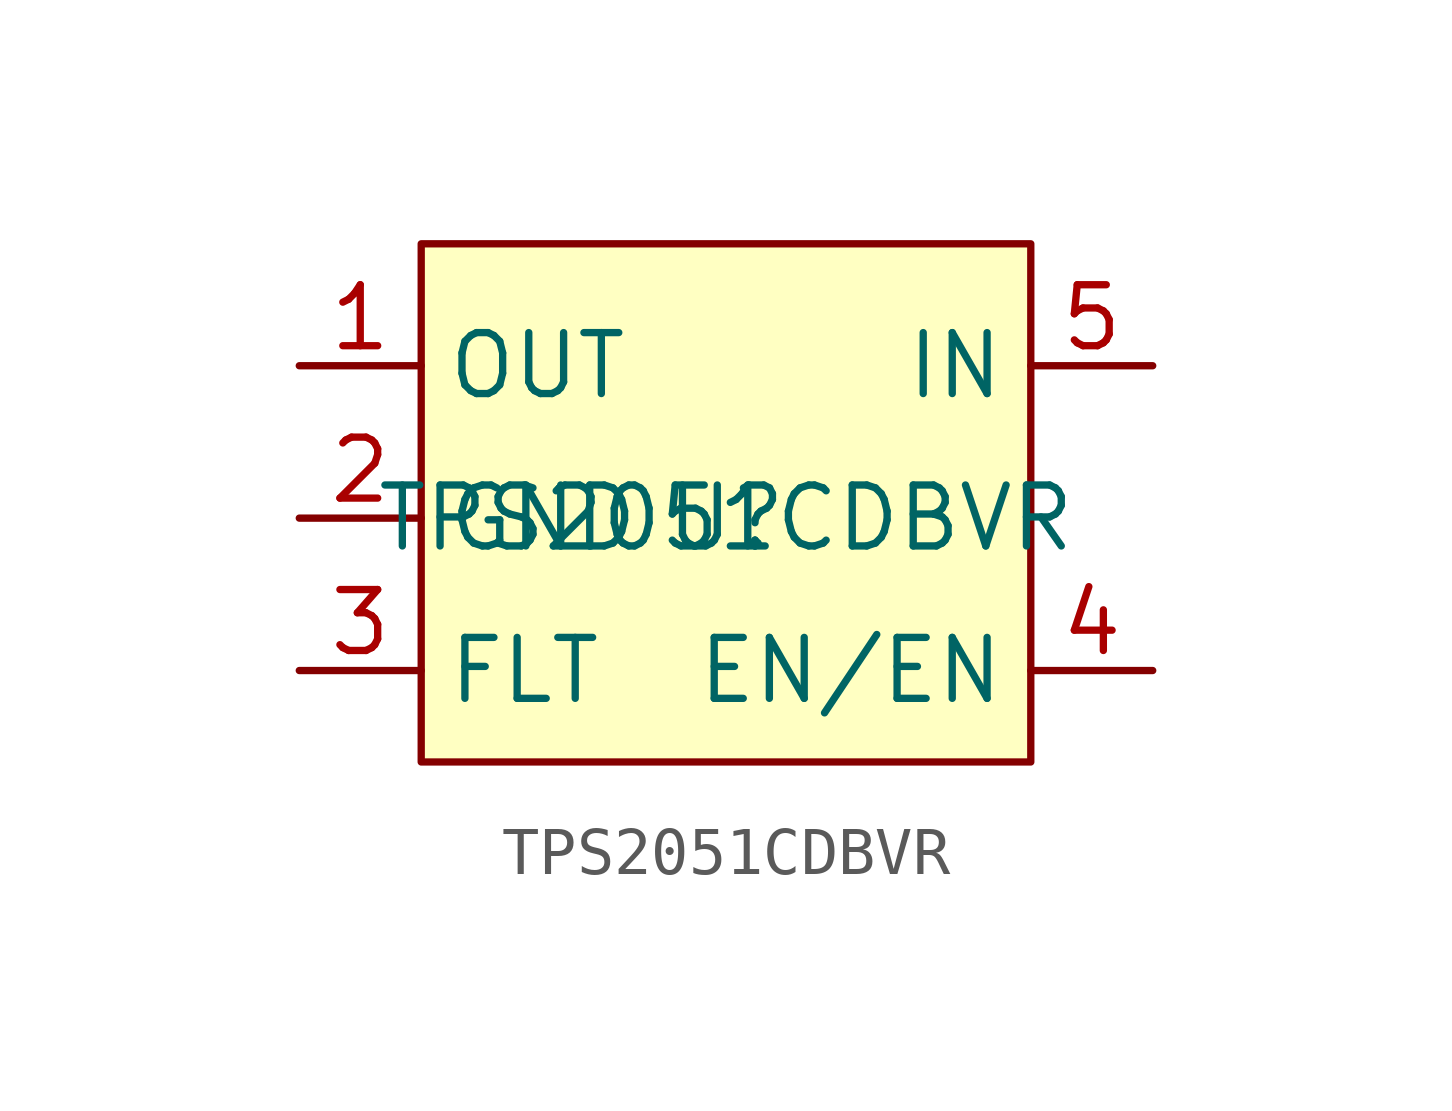
<source format=kicad_sym>
(kicad_symbol_lib
  (version 20220914)
  (generator kicad_symbol_editor)
  (symbol "TPS2051CDBVR"
    (property "Reference" "U"
      (at 0 0 0)
      (effects (font (size 1.27 1.27))))
    (property "Value" "TPS2051CDBVR"
      (at 0 0 0)
      (effects (font (size 1.27 1.27))))
    (symbol "TPS2051CDBVR_0_1"
      (rectangle (start -6.35 5.715) (end 6.35 -5.08) (stroke (width 0) (type default)) (fill (type background))))
    (symbol "TPS2051CDBVR_1_1"
      (pin input line (at -8.89 3.175 0) (length 2.54) (name "OUT" (effects (font (size 1.27 1.27)))) (number "1" (effects (font (size 1.27 1.27)))))
      (pin input line (at -8.89 0 0) (length 2.54) (name "GND" (effects (font (size 1.27 1.27)))) (number "2" (effects (font (size 1.27 1.27)))))
      (pin input line (at -8.89 -3.175 0) (length 2.54) (name "FLT" (effects (font (size 1.27 1.27)))) (number "3" (effects (font (size 1.27 1.27)))))
      (pin input line (at 8.89 -3.175 180) (length 2.54) (name "EN/EN" (effects (font (size 1.27 1.27)))) (number "4" (effects (font (size 1.27 1.27)))))
      (pin input line (at 8.89 3.175 180) (length 2.54) (name "IN" (effects (font (size 1.27 1.27)))) (number "5" (effects (font (size 1.27 1.27))))))))
</source>
